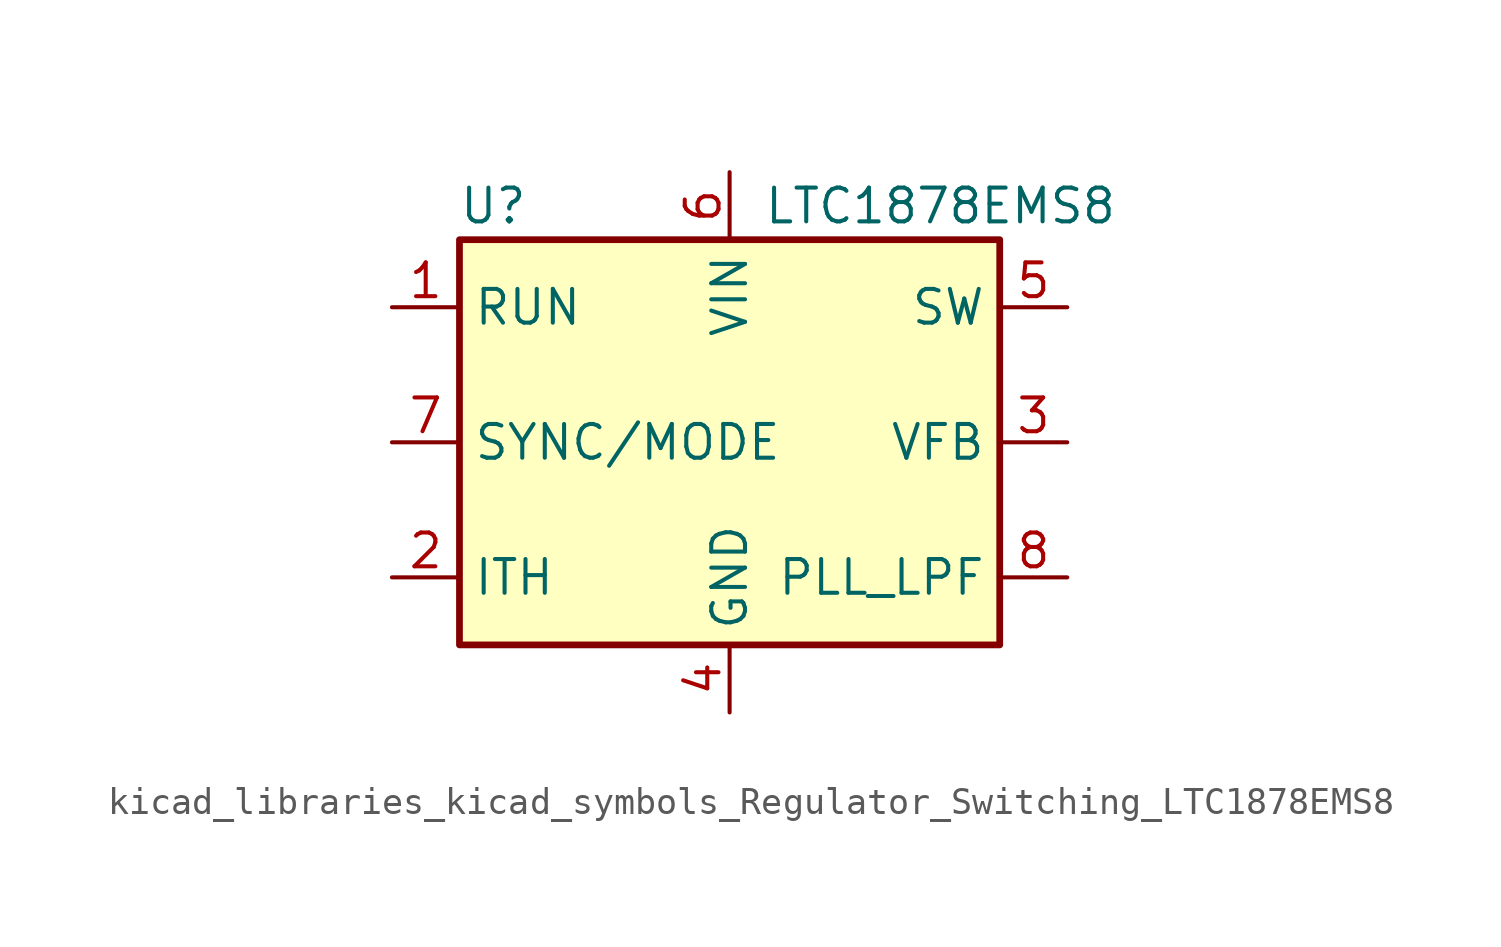
<source format=kicad_sym>
(kicad_symbol_lib
  (version 20220914)
  (generator kicad_symbol_editor)
  (symbol "kicad_libraries_kicad_symbols_Regulator_Switching_LTC1878EMS8"
    (property "Reference" "U"
      (at -8.89 8.89 0)
      (effects (font (size 1.27 1.27))))
    (property "Value" "LTC1878EMS8"
      (at 1.27 8.89 0)
      (effects (font (size 1.27 1.27)) (justify left)))
    (symbol "kicad_libraries_kicad_symbols_Regulator_Switching_LTC1878EMS8_0_1"
      (rectangle (start -10.16 7.62) (end 10.16 -7.62) (stroke (width 0.254) (type default)) (fill (type background))))
    (symbol "kicad_libraries_kicad_symbols_Regulator_Switching_LTC1878EMS8_1_1"
      (pin input line (at -12.7 5.08 0) (length 2.54) (name "RUN" (effects (font (size 1.27 1.27)))) (number "1" (effects (font (size 1.27 1.27)))))
      (pin input line (at -12.7 -5.08 0) (length 2.54) (name "ITH" (effects (font (size 1.27 1.27)))) (number "2" (effects (font (size 1.27 1.27)))))
      (pin input line (at 12.7 0 180) (length 2.54) (name "VFB" (effects (font (size 1.27 1.27)))) (number "3" (effects (font (size 1.27 1.27)))))
      (pin power_in line (at 0 -10.16 90) (length 2.54) (name "GND" (effects (font (size 1.27 1.27)))) (number "4" (effects (font (size 1.27 1.27)))))
      (pin output line (at 12.7 5.08 180) (length 2.54) (name "SW" (effects (font (size 1.27 1.27)))) (number "5" (effects (font (size 1.27 1.27)))))
      (pin power_in line (at 0 10.16 270) (length 2.54) (name "VIN" (effects (font (size 1.27 1.27)))) (number "6" (effects (font (size 1.27 1.27)))))
      (pin input line (at -12.7 0 0) (length 2.54) (name "SYNC/MODE" (effects (font (size 1.27 1.27)))) (number "7" (effects (font (size 1.27 1.27)))))
      (pin bidirectional line (at 12.7 -5.08 180) (length 2.54) (name "PLL_LPF" (effects (font (size 1.27 1.27)))) (number "8" (effects (font (size 1.27 1.27))))))))
</source>
